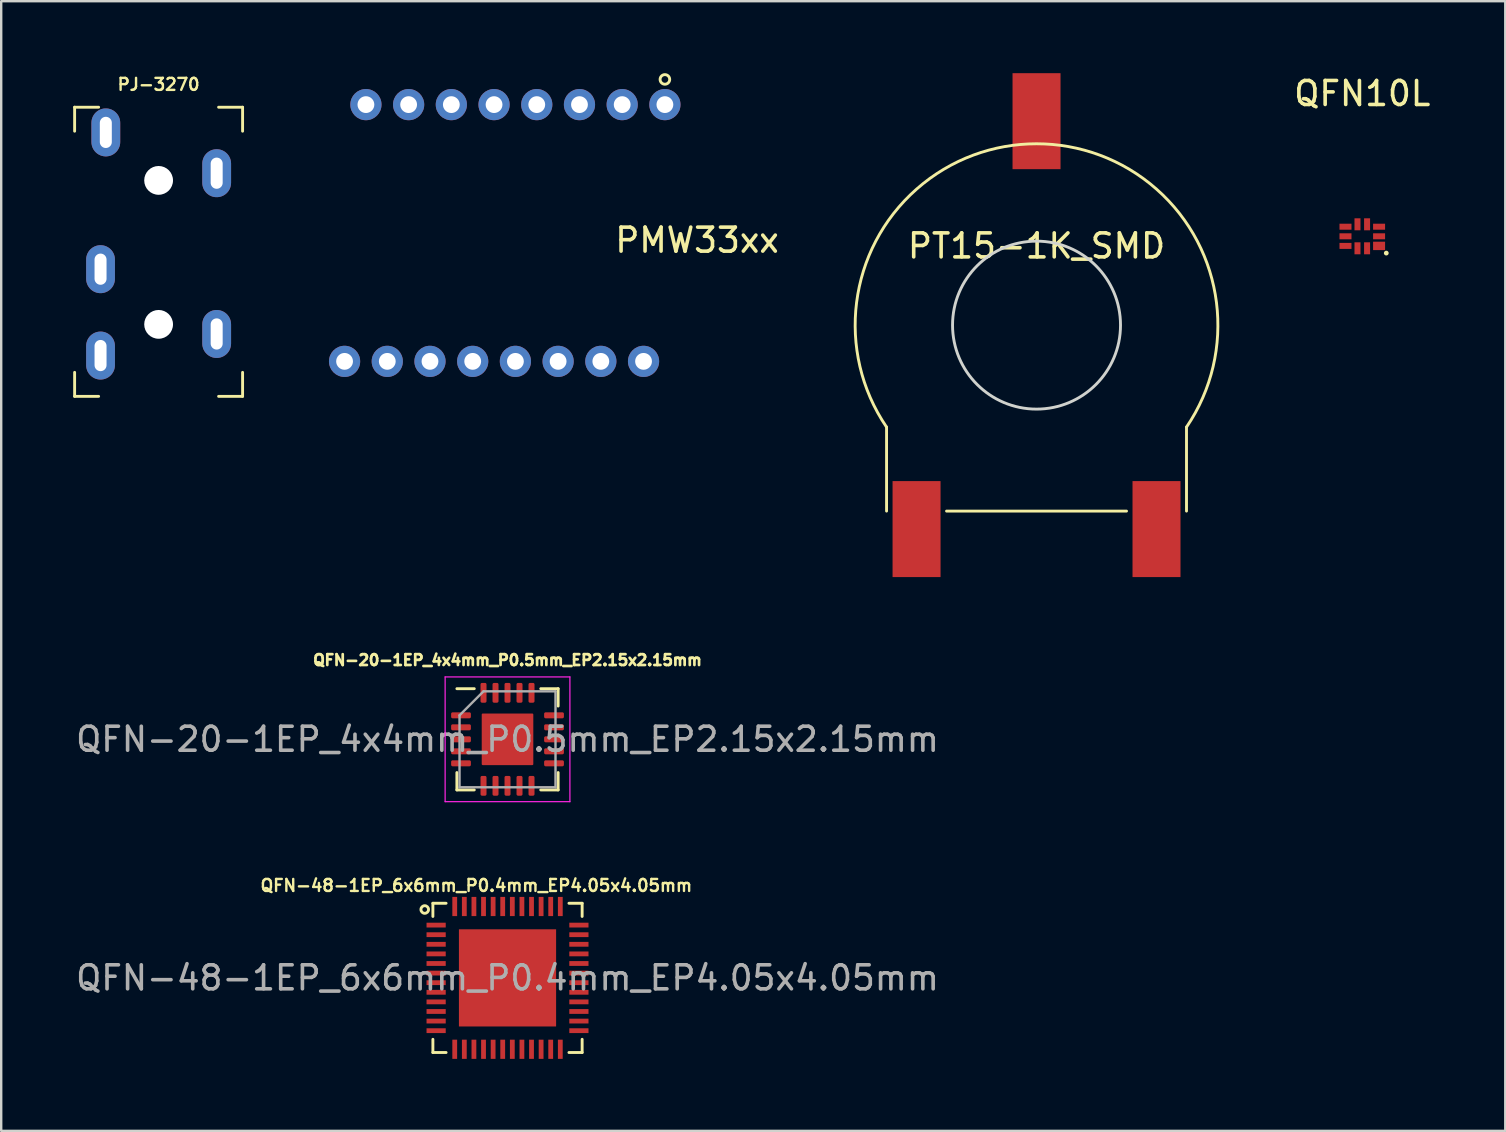
<source format=kicad_pcb>
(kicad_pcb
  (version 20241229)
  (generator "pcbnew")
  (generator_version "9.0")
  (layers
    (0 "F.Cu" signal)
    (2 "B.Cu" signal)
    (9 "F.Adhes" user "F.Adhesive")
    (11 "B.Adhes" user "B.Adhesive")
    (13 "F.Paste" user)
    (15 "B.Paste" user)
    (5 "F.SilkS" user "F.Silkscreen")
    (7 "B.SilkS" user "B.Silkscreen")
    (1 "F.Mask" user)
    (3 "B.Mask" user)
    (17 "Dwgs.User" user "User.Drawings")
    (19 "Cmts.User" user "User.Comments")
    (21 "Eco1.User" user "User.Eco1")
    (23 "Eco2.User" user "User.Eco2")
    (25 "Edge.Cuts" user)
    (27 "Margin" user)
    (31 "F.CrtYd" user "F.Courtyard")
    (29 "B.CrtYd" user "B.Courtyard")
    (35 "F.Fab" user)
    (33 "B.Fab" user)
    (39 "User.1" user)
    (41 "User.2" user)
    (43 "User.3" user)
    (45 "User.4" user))
  (footprint "PT15-1K_SMD"
    (layer "F.Cu")
    (at 40.148 10.5)
    (property "Reference" "PT15-1K_SMD" (at 0 -3.3 0) (layer "F.SilkS") (effects (font (size 1 1) (thickness 0.15))))
    (attr through_hole)
    (fp_line (start -6.25 7.75) (end -6.25 4.25) (stroke (width 0.12) (type solid)) (layer "F.SilkS"))
    (fp_line (start 3.75 7.75) (end -3.75 7.75) (stroke (width 0.12) (type solid)) (layer "F.SilkS"))
    (fp_line (start 6.25 4.25) (end 6.25 7.75) (stroke (width 0.12) (type solid)) (layer "F.SilkS"))
    (fp_arc (start -6.252329 4.246574) (mid 0.002071 -7.558109) (end 6.25 4.25) (stroke (width 0.12) (type solid)) (layer "F.SilkS"))
    (fp_circle (center 0 0) (end 3.5 0) (stroke (width 0.12) (type solid)) (fill no) (layer "Edge.Cuts"))
    (pad "1" smd rect (at -5 8.5) (size 2 4) (layers "F.Cu" "F.Mask" "F.Paste"))
    (pad "2" smd rect (at 0 -8.5) (size 2 4) (layers "F.Cu" "F.Mask" "F.Paste"))
    (pad "3" smd rect (at 5 8.5) (size 2 4) (layers "F.Cu" "F.Mask" "F.Paste")))
  (footprint "QFN10L"
    (layer "F.Cu")
    (at 53.724 6.798)
    (property "Reference" "QFN10L" (at 0 -5.95 0) (layer "F.SilkS") (effects (font (size 1 1) (thickness 0.15))))
    (attr through_hole)
    (fp_circle (center 1 0.7) (end 1.05 0.7) (stroke (width 0.1) (type solid)) (fill no) (layer "F.SilkS"))
    (pad "1" smd rect (at 0.7 0.4) (size 0.5 0.35) (layers "F.Cu" "F.Mask" "F.Paste"))
    (pad "2" smd rect (at 0.7 0) (size 0.5 0.25) (layers "F.Cu" "F.Mask" "F.Paste"))
    (pad "3" smd rect (at 0.7 -0.4) (size 0.5 0.25) (layers "F.Cu" "F.Mask" "F.Paste"))
    (pad "4" smd rect (at 0.2 -0.5) (size 0.25 0.5) (layers "F.Cu" "F.Mask" "F.Paste"))
    (pad "5" smd rect (at -0.2 -0.5) (size 0.25 0.5) (layers "F.Cu" "F.Mask" "F.Paste"))
    (pad "6" smd rect (at -0.7 -0.4) (size 0.5 0.25) (layers "F.Cu" "F.Mask" "F.Paste"))
    (pad "7" smd rect (at -0.7 0) (size 0.5 0.25) (layers "F.Cu" "F.Mask" "F.Paste"))
    (pad "8" smd rect (at -0.7 0.4) (size 0.5 0.25) (layers "F.Cu" "F.Mask" "F.Paste"))
    (pad "9" smd rect (at -0.2 0.5) (size 0.25 0.5) (layers "F.Cu" "F.Mask" "F.Paste"))
    (pad "10" smd rect (at 0.2 0.5) (size 0.25 0.5) (layers "F.Cu" "F.Mask" "F.Paste")))
  (footprint "QFN-20-1EP_4x4mm_P0.5mm_EP2.15x2.15mm"
    (layer "F.Cu")
    (at 18.101 27.761)
    (property "Reference" "QFN-20-1EP_4x4mm_P0.5mm_EP2.15x2.15mm" (at 0 -3.3 0) (layer "F.SilkS") (effects (font (size 0.45 0.45) (thickness 0.113))))
    (attr smd)
    (fp_line (start -2.11 2.11) (end -2.11 1.385) (stroke (width 0.12) (type solid)) (layer "F.SilkS"))
    (fp_line (start -1.385 -2.11) (end -2.11 -2.11) (stroke (width 0.12) (type solid)) (layer "F.SilkS"))
    (fp_line (start -1.385 2.11) (end -2.11 2.11) (stroke (width 0.12) (type solid)) (layer "F.SilkS"))
    (fp_line (start 1.385 -2.11) (end 2.11 -2.11) (stroke (width 0.12) (type solid)) (layer "F.SilkS"))
    (fp_line (start 1.385 2.11) (end 2.11 2.11) (stroke (width 0.12) (type solid)) (layer "F.SilkS"))
    (fp_line (start 2.11 -2.11) (end 2.11 -1.385) (stroke (width 0.12) (type solid)) (layer "F.SilkS"))
    (fp_line (start 2.11 2.11) (end 2.11 1.385) (stroke (width 0.12) (type solid)) (layer "F.SilkS"))
    (fp_line (start -2.6 -2.6) (end -2.6 2.6) (stroke (width 0.05) (type solid)) (layer "F.CrtYd"))
    (fp_line (start -2.6 2.6) (end 2.6 2.6) (stroke (width 0.05) (type solid)) (layer "F.CrtYd"))
    (fp_line (start 2.6 -2.6) (end -2.6 -2.6) (stroke (width 0.05) (type solid)) (layer "F.CrtYd"))
    (fp_line (start 2.6 2.6) (end 2.6 -2.6) (stroke (width 0.05) (type solid)) (layer "F.CrtYd"))
    (fp_line (start -2 -1) (end -1 -2) (stroke (width 0.1) (type solid)) (layer "F.Fab"))
    (fp_line (start -2 2) (end -2 -1) (stroke (width 0.1) (type solid)) (layer "F.Fab"))
    (fp_line (start -1 -2) (end 2 -2) (stroke (width 0.1) (type solid)) (layer "F.Fab"))
    (fp_line (start 2 -2) (end 2 2) (stroke (width 0.1) (type solid)) (layer "F.Fab"))
    (fp_line (start 2 2) (end -2 2) (stroke (width 0.1) (type solid)) (layer "F.Fab"))
    (fp_text user "${REFERENCE}" (at 0 0 0) (layer "F.Fab") (effects (font (size 1 1) (thickness 0.15))))
    (pad "" smd rect (at -0.625 -0.625) (size 0.8 0.8) (layers "F.Paste"))
    (pad "" smd rect (at -0.625 0.625) (size 0.8 0.8) (layers "F.Paste"))
    (pad "" smd rect (at 0.625 -0.625) (size 0.8 0.8) (layers "F.Paste"))
    (pad "" smd rect (at 0.625 0.625) (size 0.8 0.8) (layers "F.Paste"))
    (pad "1" smd roundrect (at -1.938 -1) (size 0.825 0.25) (layers "F.Cu" "F.Mask" "F.Paste") (roundrect_rratio 0.25))
    (pad "2" smd roundrect (at -1.938 -0.5) (size 0.825 0.25) (layers "F.Cu" "F.Mask" "F.Paste") (roundrect_rratio 0.25))
    (pad "3" smd roundrect (at -1.938 0) (size 0.825 0.25) (layers "F.Cu" "F.Mask" "F.Paste") (roundrect_rratio 0.25))
    (pad "4" smd roundrect (at -1.938 0.5) (size 0.825 0.25) (layers "F.Cu" "F.Mask" "F.Paste") (roundrect_rratio 0.25))
    (pad "5" smd roundrect (at -1.938 1) (size 0.825 0.25) (layers "F.Cu" "F.Mask" "F.Paste") (roundrect_rratio 0.25))
    (pad "6" smd roundrect (at -1 1.938) (size 0.25 0.825) (layers "F.Cu" "F.Mask" "F.Paste") (roundrect_rratio 0.25))
    (pad "7" smd roundrect (at -0.5 1.938) (size 0.25 0.825) (layers "F.Cu" "F.Mask" "F.Paste") (roundrect_rratio 0.25))
    (pad "8" smd roundrect (at 0 1.938) (size 0.25 0.825) (layers "F.Cu" "F.Mask" "F.Paste") (roundrect_rratio 0.25))
    (pad "9" smd roundrect (at 0.5 1.938) (size 0.25 0.825) (layers "F.Cu" "F.Mask" "F.Paste") (roundrect_rratio 0.25))
    (pad "10" smd roundrect (at 1 1.938) (size 0.25 0.825) (layers "F.Cu" "F.Mask" "F.Paste") (roundrect_rratio 0.25))
    (pad "11" smd roundrect (at 1.938 1) (size 0.825 0.25) (layers "F.Cu" "F.Mask" "F.Paste") (roundrect_rratio 0.25))
    (pad "12" smd roundrect (at 1.938 0.5) (size 0.825 0.25) (layers "F.Cu" "F.Mask" "F.Paste") (roundrect_rratio 0.25))
    (pad "13" smd roundrect (at 1.938 0) (size 0.825 0.25) (layers "F.Cu" "F.Mask" "F.Paste") (roundrect_rratio 0.25))
    (pad "14" smd roundrect (at 1.938 -0.5) (size 0.825 0.25) (layers "F.Cu" "F.Mask" "F.Paste") (roundrect_rratio 0.25))
    (pad "15" smd roundrect (at 1.938 -1) (size 0.825 0.25) (layers "F.Cu" "F.Mask" "F.Paste") (roundrect_rratio 0.25))
    (pad "16" smd roundrect (at 1 -1.938) (size 0.25 0.825) (layers "F.Cu" "F.Mask" "F.Paste") (roundrect_rratio 0.25))
    (pad "17" smd roundrect (at 0.5 -1.938) (size 0.25 0.825) (layers "F.Cu" "F.Mask" "F.Paste") (roundrect_rratio 0.25))
    (pad "18" smd roundrect (at 0 -1.938) (size 0.25 0.825) (layers "F.Cu" "F.Mask" "F.Paste") (roundrect_rratio 0.25))
    (pad "19" smd roundrect (at -0.5 -1.938) (size 0.25 0.825) (layers "F.Cu" "F.Mask" "F.Paste") (roundrect_rratio 0.25))
    (pad "20" smd roundrect (at -1 -1.938) (size 0.25 0.825) (layers "F.Cu" "F.Mask" "F.Paste") (roundrect_rratio 0.25))
    (pad "21" smd roundrect (at 0 0) (size 2.15 2.15) (layers "F.Cu" "F.Mask") (roundrect_rratio 0.02)))
  (footprint "PMW33xx"
    (layer "F.Cu")
    (at 19 6.66)
    (property "Reference" "PMW33xx" (at 7 0.3 0) (layer "F.SilkS") (effects (font (size 1 1) (thickness 0.15))))
    (attr through_hole)
    (fp_circle (center 5.66 -6.4) (end 5.86 -6.4) (stroke (width 0.12) (type solid)) (fill no) (layer "F.SilkS"))
    (fp_circle (center 0 0) (end 0.4 0) (stroke (width 0.12) (type solid)) (fill no) (layer "Eco1.User"))
    (fp_line (start -8.82 -4.3) (end -8.82 4.3) (stroke (width 0.12) (type solid)) (layer "Eco2.User"))
    (fp_line (start -8.82 4.3) (end 8.44 4.3) (stroke (width 0.12) (type solid)) (layer "Eco2.User"))
    (fp_line (start 8.44 -4.3) (end -8.82 -4.3) (stroke (width 0.12) (type solid)) (layer "Eco2.User"))
    (fp_line (start 8.44 -4.3) (end 8.44 4.3) (stroke (width 0.12) (type solid)) (layer "Eco2.User"))
    (pad "1" thru_hole circle (at 5.66 -5.35) (size 1.3 1.3) (drill 0.7) (layers "*.Cu" "*.Mask"))
    (pad "2" thru_hole circle (at 3.88 -5.35) (size 1.3 1.3) (drill 0.7) (layers "*.Cu" "*.Mask"))
    (pad "3" thru_hole circle (at 2.1 -5.35) (size 1.3 1.3) (drill 0.7) (layers "*.Cu" "*.Mask"))
    (pad "4" thru_hole circle (at 0.32 -5.35) (size 1.3 1.3) (drill 0.7) (layers "*.Cu" "*.Mask"))
    (pad "5" thru_hole circle (at -1.46 -5.35) (size 1.3 1.3) (drill 0.7) (layers "*.Cu" "*.Mask"))
    (pad "6" thru_hole circle (at -3.24 -5.35) (size 1.3 1.3) (drill 0.7) (layers "*.Cu" "*.Mask"))
    (pad "7" thru_hole circle (at -5.02 -5.35) (size 1.3 1.3) (drill 0.7) (layers "*.Cu" "*.Mask"))
    (pad "8" thru_hole circle (at -6.8 -5.35) (size 1.3 1.3) (drill 0.7) (layers "*.Cu" "*.Mask"))
    (pad "9" thru_hole circle (at -7.69 5.35) (size 1.3 1.3) (drill 0.7) (layers "*.Cu" "*.Mask"))
    (pad "10" thru_hole circle (at -5.91 5.35) (size 1.3 1.3) (drill 0.7) (layers "*.Cu" "*.Mask"))
    (pad "11" thru_hole circle (at -4.13 5.35) (size 1.3 1.3) (drill 0.7) (layers "*.Cu" "*.Mask"))
    (pad "12" thru_hole circle (at -2.35 5.35) (size 1.3 1.3) (drill 0.7) (layers "*.Cu" "*.Mask"))
    (pad "13" thru_hole circle (at -0.57 5.35) (size 1.3 1.3) (drill 0.7) (layers "*.Cu" "*.Mask"))
    (pad "14" thru_hole circle (at 1.21 5.35) (size 1.3 1.3) (drill 0.7) (layers "*.Cu" "*.Mask"))
    (pad "15" thru_hole circle (at 2.99 5.35) (size 1.3 1.3) (drill 0.7) (layers "*.Cu" "*.Mask"))
    (pad "16" thru_hole circle (at 4.77 5.35) (size 1.3 1.3) (drill 0.7) (layers "*.Cu" "*.Mask")))
  (footprint "PJ-3270"
    (layer "F.Cu")
    (at 3.56 13.468)
    (property "Reference" "PJ-3270" (at 0 -13 0) (layer "F.SilkS") (effects (font (size 0.5 0.5) (thickness 0.1))))
    (attr through_hole)
    (fp_line (start -3.5 -12.05) (end -2.5 -12.05) (stroke (width 0.12) (type solid)) (layer "F.SilkS"))
    (fp_line (start -3.5 -11.05) (end -3.5 -12.05) (stroke (width 0.12) (type solid)) (layer "F.SilkS"))
    (fp_line (start -3.5 -1) (end -3.5 0) (stroke (width 0.12) (type solid)) (layer "F.SilkS"))
    (fp_line (start -3.5 0) (end -2.5 0) (stroke (width 0.12) (type solid)) (layer "F.SilkS"))
    (fp_line (start 2.5 0) (end 3.5 0) (stroke (width 0.12) (type solid)) (layer "F.SilkS"))
    (fp_line (start 3.5 -12.05) (end 2.5 -12.05) (stroke (width 0.12) (type solid)) (layer "F.SilkS"))
    (fp_line (start 3.5 -11.05) (end 3.5 -12.05) (stroke (width 0.12) (type solid)) (layer "F.SilkS"))
    (fp_line (start 3.5 0) (end 3.5 -1) (stroke (width 0.12) (type solid)) (layer "F.SilkS"))
    (fp_line (start -3.5 -12.05) (end -3.5 0) (stroke (width 0.12) (type solid)) (layer "Eco1.User"))
    (fp_line (start -3.5 -12.05) (end 3.5 -12.05) (stroke (width 0.12) (type solid)) (layer "Eco1.User"))
    (fp_line (start -2.5 0) (end -2.5 2) (stroke (width 0.12) (type solid)) (layer "Eco1.User"))
    (fp_line (start -2.5 2) (end 2.5 2) (stroke (width 0.12) (type solid)) (layer "Eco1.User"))
    (fp_line (start 2.5 2) (end 2.5 0) (stroke (width 0.12) (type solid)) (layer "Eco1.User"))
    (fp_line (start 3.5 -12.05) (end 3.5 0) (stroke (width 0.12) (type solid)) (layer "Eco1.User"))
    (fp_line (start 3.5 0) (end -3.5 0) (stroke (width 0.12) (type solid)) (layer "Eco1.User"))
    (fp_text user "Board Edge" (at 0 -1 0) (layer "Eco1.User") (effects (font (size 1 0.6) (thickness 0.15))))
    (pad "" np_thru_hole circle (at 0 -9) (size 1.2 1.2) (drill 1.2) (layers "*.Cu" "*.Mask"))
    (pad "" np_thru_hole circle (at 0 -3) (size 1.2 1.2) (drill 1.2) (layers "*.Cu" "*.Mask"))
    (pad "2" thru_hole oval (at 2.42 -9.3) (size 1.2 2) (drill oval 0.5 1.3) (layers "*.Cu" "*.Mask"))
    (pad "3" thru_hole oval (at 2.42 -2.6) (size 1.2 2) (drill oval 0.5 1.3) (layers "*.Cu" "*.Mask"))
    (pad "4" thru_hole oval (at -2.42 -1.7) (size 1.2 2) (drill oval 0.5 1.3) (layers "*.Cu" "*.Mask"))
    (pad "5" thru_hole oval (at -2.42 -5.3) (size 1.2 2) (drill oval 0.5 1.3) (layers "*.Cu" "*.Mask"))
    (pad "6" thru_hole oval (at -2.2 -11) (size 1.2 2) (drill oval 0.5 1.3) (layers "*.Cu" "*.Mask")))
  (footprint "QFN-48-1EP_6x6mm_P0.4mm_EP4.05x4.05mm"
    (layer "F.Cu")
    (at 18.101 37.704)
    (property "Reference" "QFN-48-1EP_6x6mm_P0.4mm_EP4.05x4.05mm" (at -1.3 -3.85 0) (layer "F.SilkS") (effects (font (size 0.5 0.5) (thickness 0.1))))
    (attr smd)
    (fp_line (start -3.11 -2.56) (end -3.11 -3.11) (stroke (width 0.12) (type solid)) (layer "F.SilkS"))
    (fp_line (start -3.11 3.11) (end -3.11 2.56) (stroke (width 0.12) (type solid)) (layer "F.SilkS"))
    (fp_line (start -2.56 -3.11) (end -3.11 -3.11) (stroke (width 0.12) (type solid)) (layer "F.SilkS"))
    (fp_line (start -2.56 3.11) (end -3.11 3.11) (stroke (width 0.12) (type solid)) (layer "F.SilkS"))
    (fp_line (start 2.56 -3.11) (end 3.11 -3.11) (stroke (width 0.12) (type solid)) (layer "F.SilkS"))
    (fp_line (start 2.56 3.11) (end 3.11 3.11) (stroke (width 0.12) (type solid)) (layer "F.SilkS"))
    (fp_line (start 3.11 -3.11) (end 3.11 -2.56) (stroke (width 0.12) (type solid)) (layer "F.SilkS"))
    (fp_line (start 3.11 3.11) (end 3.11 2.56) (stroke (width 0.12) (type solid)) (layer "F.SilkS"))
    (fp_circle (center -3.45 -2.85) (end -3.3 -2.8) (stroke (width 0.12) (type solid)) (fill no) (layer "F.SilkS"))
    (fp_text user "${REFERENCE}" (at 0 0 0) (layer "F.Fab") (effects (font (size 1 1) (thickness 0.15))))
    (pad "" smd roundrect (at -1.4 -1.4) (size 1.13 1.13) (layers "F.Paste") (roundrect_rratio 0.221))
    (pad "" smd roundrect (at -1.4 0) (size 1.13 1.13) (layers "F.Paste") (roundrect_rratio 0.221))
    (pad "" smd roundrect (at -1.4 1.4) (size 1.13 1.13) (layers "F.Paste") (roundrect_rratio 0.221))
    (pad "" smd roundrect (at 0 -1.4) (size 1.13 1.13) (layers "F.Paste") (roundrect_rratio 0.221))
    (pad "" smd roundrect (at 0 0) (size 1.13 1.13) (layers "F.Paste") (roundrect_rratio 0.221))
    (pad "" smd roundrect (at 0 1.4) (size 1.13 1.13) (layers "F.Paste") (roundrect_rratio 0.221))
    (pad "" smd roundrect (at 1.4 -1.4) (size 1.13 1.13) (layers "F.Paste") (roundrect_rratio 0.221))
    (pad "" smd roundrect (at 1.4 0) (size 1.13 1.13) (layers "F.Paste") (roundrect_rratio 0.221))
    (pad "" smd roundrect (at 1.4 1.4) (size 1.13 1.13) (layers "F.Paste") (roundrect_rratio 0.221))
    (pad "1" smd rect (at -2.975 -2.2) (size 0.8 0.2) (layers "F.Cu" "F.Mask" "F.Paste"))
    (pad "2" smd rect (at -2.975 -1.8) (size 0.8 0.2) (layers "F.Cu" "F.Mask" "F.Paste"))
    (pad "3" smd rect (at -2.975 -1.4) (size 0.8 0.2) (layers "F.Cu" "F.Mask" "F.Paste"))
    (pad "4" smd rect (at -2.975 -1) (size 0.8 0.2) (layers "F.Cu" "F.Mask" "F.Paste"))
    (pad "5" smd rect (at -2.975 -0.6) (size 0.8 0.2) (layers "F.Cu" "F.Mask" "F.Paste"))
    (pad "6" smd rect (at -2.975 -0.2) (size 0.8 0.2) (layers "F.Cu" "F.Mask" "F.Paste"))
    (pad "7" smd rect (at -2.975 0.2) (size 0.8 0.2) (layers "F.Cu" "F.Mask" "F.Paste"))
    (pad "8" smd rect (at -2.975 0.6) (size 0.8 0.2) (layers "F.Cu" "F.Mask" "F.Paste"))
    (pad "9" smd rect (at -2.975 1) (size 0.8 0.2) (layers "F.Cu" "F.Mask" "F.Paste"))
    (pad "10" smd rect (at -2.975 1.4) (size 0.8 0.2) (layers "F.Cu" "F.Mask" "F.Paste"))
    (pad "11" smd rect (at -2.975 1.8) (size 0.8 0.2) (layers "F.Cu" "F.Mask" "F.Paste"))
    (pad "12" smd rect (at -2.975 2.2) (size 0.8 0.2) (layers "F.Cu" "F.Mask" "F.Paste"))
    (pad "13" smd rect (at -2.2 2.975) (size 0.2 0.8) (layers "F.Cu" "F.Mask" "F.Paste"))
    (pad "14" smd rect (at -1.8 2.975) (size 0.2 0.8) (layers "F.Cu" "F.Mask" "F.Paste"))
    (pad "15" smd rect (at -1.4 2.975) (size 0.2 0.8) (layers "F.Cu" "F.Mask" "F.Paste"))
    (pad "16" smd rect (at -1 2.975) (size 0.2 0.8) (layers "F.Cu" "F.Mask" "F.Paste"))
    (pad "17" smd rect (at -0.6 2.975) (size 0.2 0.8) (layers "F.Cu" "F.Mask" "F.Paste"))
    (pad "18" smd rect (at -0.2 2.975) (size 0.2 0.8) (layers "F.Cu" "F.Mask" "F.Paste"))
    (pad "19" smd rect (at 0.2 2.975) (size 0.2 0.8) (layers "F.Cu" "F.Mask" "F.Paste"))
    (pad "20" smd rect (at 0.6 2.975) (size 0.2 0.8) (layers "F.Cu" "F.Mask" "F.Paste"))
    (pad "21" smd rect (at 1 2.975) (size 0.2 0.8) (layers "F.Cu" "F.Mask" "F.Paste"))
    (pad "22" smd rect (at 1.4 2.975) (size 0.2 0.8) (layers "F.Cu" "F.Mask" "F.Paste"))
    (pad "23" smd rect (at 1.8 2.975) (size 0.2 0.8) (layers "F.Cu" "F.Mask" "F.Paste"))
    (pad "24" smd rect (at 2.2 2.975) (size 0.2 0.8) (layers "F.Cu" "F.Mask" "F.Paste"))
    (pad "25" smd rect (at 2.975 2.2) (size 0.8 0.2) (layers "F.Cu" "F.Mask" "F.Paste"))
    (pad "26" smd rect (at 2.975 1.8) (size 0.8 0.2) (layers "F.Cu" "F.Mask" "F.Paste"))
    (pad "27" smd rect (at 2.975 1.4) (size 0.8 0.2) (layers "F.Cu" "F.Mask" "F.Paste"))
    (pad "28" smd rect (at 2.975 1) (size 0.8 0.2) (layers "F.Cu" "F.Mask" "F.Paste"))
    (pad "29" smd rect (at 2.975 0.6) (size 0.8 0.2) (layers "F.Cu" "F.Mask" "F.Paste"))
    (pad "30" smd rect (at 2.975 0.2) (size 0.8 0.2) (layers "F.Cu" "F.Mask" "F.Paste"))
    (pad "31" smd rect (at 2.975 -0.2) (size 0.8 0.2) (layers "F.Cu" "F.Mask" "F.Paste"))
    (pad "32" smd rect (at 2.975 -0.6) (size 0.8 0.2) (layers "F.Cu" "F.Mask" "F.Paste"))
    (pad "33" smd rect (at 2.975 -1) (size 0.8 0.2) (layers "F.Cu" "F.Mask" "F.Paste"))
    (pad "34" smd rect (at 2.975 -1.4) (size 0.8 0.2) (layers "F.Cu" "F.Mask" "F.Paste"))
    (pad "35" smd rect (at 2.975 -1.8) (size 0.8 0.2) (layers "F.Cu" "F.Mask" "F.Paste"))
    (pad "36" smd rect (at 2.975 -2.2) (size 0.8 0.2) (layers "F.Cu" "F.Mask" "F.Paste"))
    (pad "37" smd rect (at 2.2 -2.975) (size 0.2 0.8) (layers "F.Cu" "F.Mask" "F.Paste"))
    (pad "38" smd rect (at 1.8 -2.975) (size 0.2 0.8) (layers "F.Cu" "F.Mask" "F.Paste"))
    (pad "39" smd rect (at 1.4 -2.975) (size 0.2 0.8) (layers "F.Cu" "F.Mask" "F.Paste"))
    (pad "40" smd rect (at 1 -2.975) (size 0.2 0.8) (layers "F.Cu" "F.Mask" "F.Paste"))
    (pad "41" smd rect (at 0.6 -2.975) (size 0.2 0.8) (layers "F.Cu" "F.Mask" "F.Paste"))
    (pad "42" smd rect (at 0.2 -2.975) (size 0.2 0.8) (layers "F.Cu" "F.Mask" "F.Paste"))
    (pad "43" smd rect (at -0.2 -2.975) (size 0.2 0.8) (layers "F.Cu" "F.Mask" "F.Paste"))
    (pad "44" smd rect (at -0.6 -2.975) (size 0.2 0.8) (layers "F.Cu" "F.Mask" "F.Paste"))
    (pad "45" smd rect (at -1 -2.975) (size 0.2 0.8) (layers "F.Cu" "F.Mask" "F.Paste"))
    (pad "46" smd rect (at -1.4 -2.975) (size 0.2 0.8) (layers "F.Cu" "F.Mask" "F.Paste"))
    (pad "47" smd rect (at -1.8 -2.975) (size 0.2 0.8) (layers "F.Cu" "F.Mask" "F.Paste"))
    (pad "48" smd rect (at -2.2 -2.975) (size 0.2 0.8) (layers "F.Cu" "F.Mask" "F.Paste"))
    (pad "49" smd rect (at 0 0) (size 4.05 4.05) (layers "F.Cu" "F.Mask")))
  (gr_rect
    (start -3 -3)
    (end 59.683 44.079)
    (stroke (width 0.1) (type default))
    (fill no)
    (layer "Edge.Cuts")))
</source>
